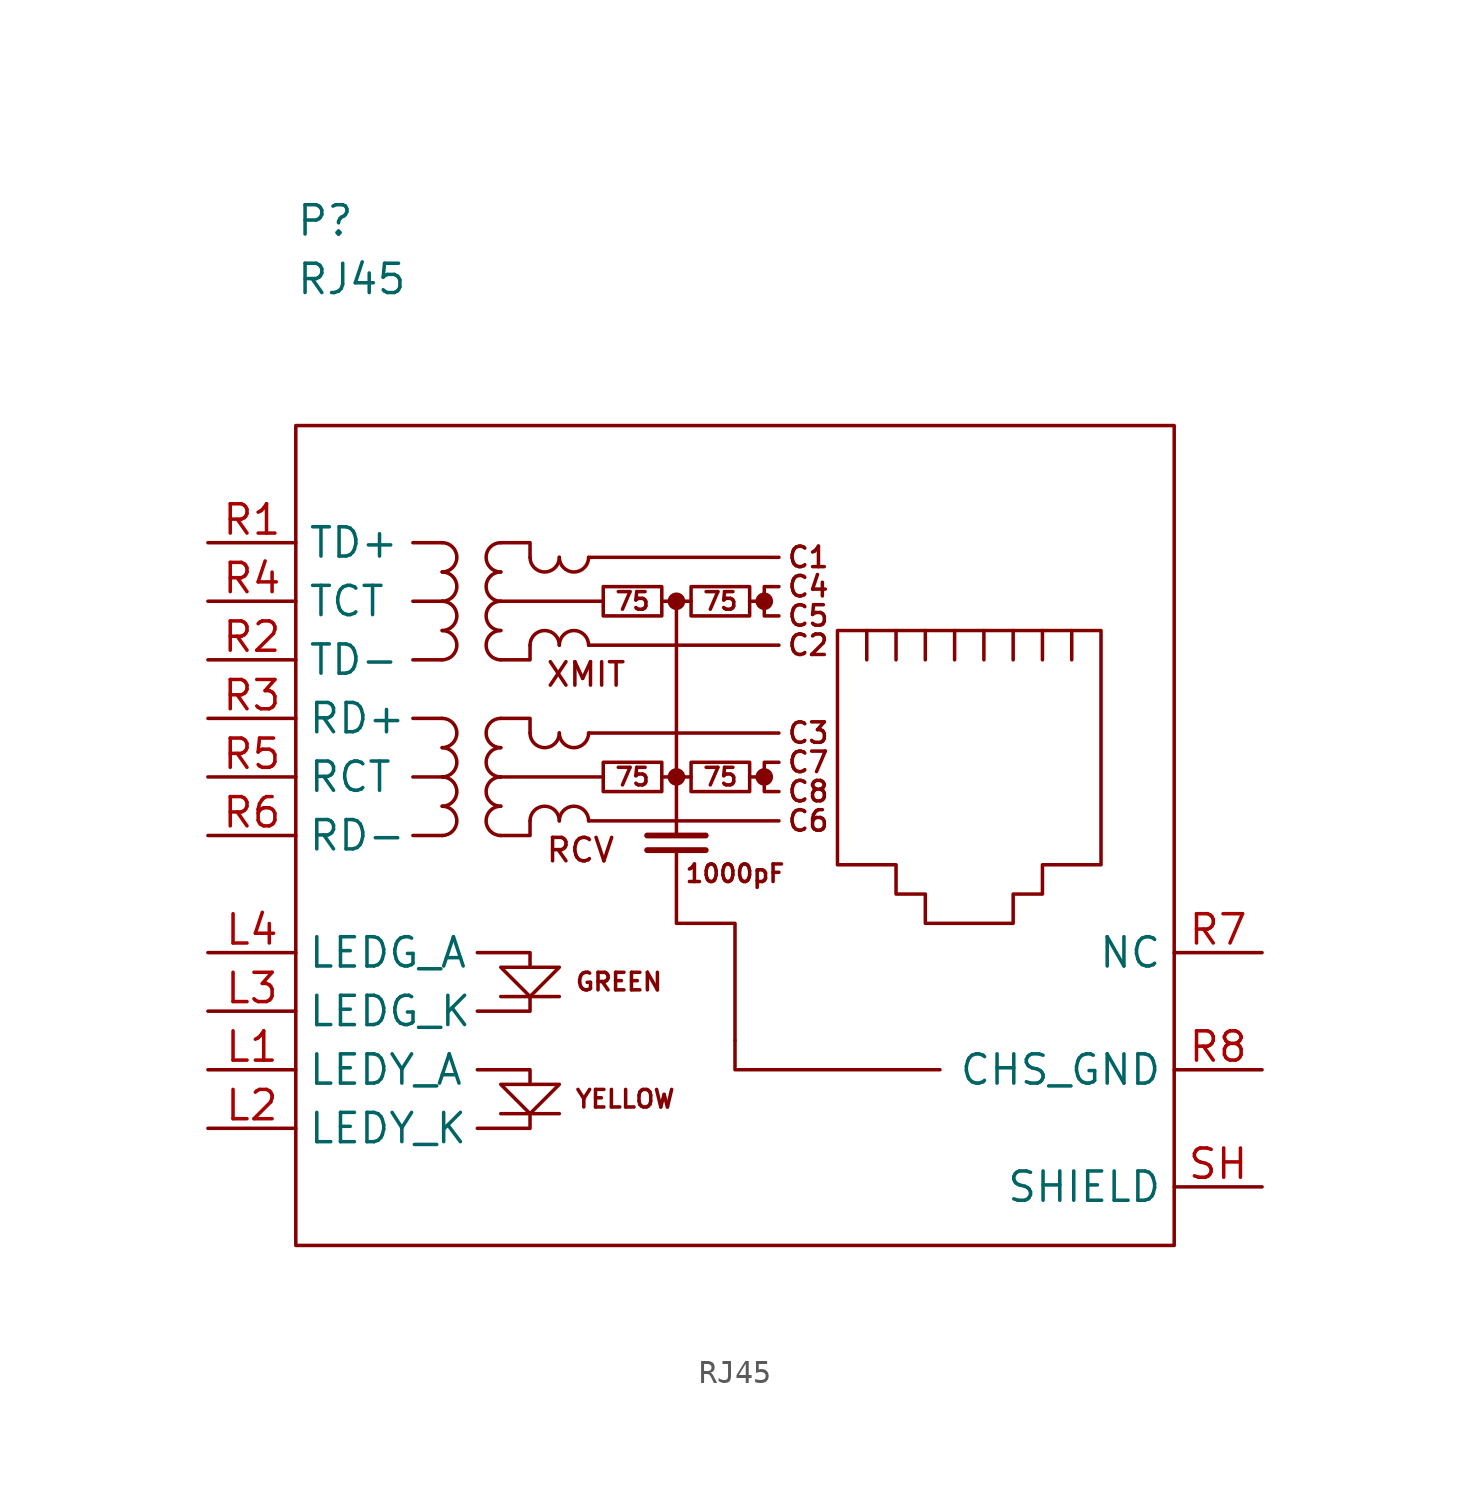
<source format=kicad_sym>
(kicad_symbol_lib
  (version 20211014)
  (generator kicad_symbol_editor)
  (symbol "RJ45"
    (property "Reference" "P"
      (at -19.05 26.67 0)
      (effects (font (size 1.27 1.27)) (justify left)))
    (property "Value" "RJ45"
      (at -19.05 24.13 0)
      (effects (font (size 1.27 1.27)) (justify left)))
    (symbol "RJ45_0_0"
      (circle (center -2.54 2.54) (radius 0.254) (stroke (width 0.254) (type default) (color 0 0 0 0)) (fill (type outline)))
      (circle (center -2.54 10.16) (radius 0.254) (stroke (width 0.254) (type default) (color 0 0 0 0)) (fill (type outline)))
      (polyline (pts (xy -7.62 -12.065) (xy -10.16 -12.065)) (stroke (width 0) (type default) (color 0 0 0 0)) (fill (type none)))
      (polyline (pts (xy -7.62 -6.985) (xy -10.16 -6.985)) (stroke (width 0) (type default) (color 0 0 0 0)) (fill (type none)))
      (polyline (pts (xy -2.54 10.16) (xy -2.54 0)) (stroke (width 0) (type default) (color 0 0 0 0)) (fill (type none)))
      (polyline (pts (xy -1.27 -0.635) (xy -3.81 -0.635)) (stroke (width 0.254) (type default) (color 0 0 0 0)) (fill (type none)))
      (polyline (pts (xy -1.27 0) (xy -3.81 0)) (stroke (width 0.254) (type default) (color 0 0 0 0)) (fill (type none)))
      (polyline (pts (xy 1.27 2.54) (xy 0.635 2.54)) (stroke (width 0) (type default) (color 0 0 0 0)) (fill (type none)))
      (polyline (pts (xy 1.27 10.16) (xy 0.635 10.16)) (stroke (width 0) (type default) (color 0 0 0 0)) (fill (type none)))
      (polyline (pts (xy -11.176 -12.7) (xy -8.89 -12.7) (xy -8.89 -12.065)) (stroke (width 0) (type default) (color 0 0 0 0)) (fill (type none)))
      (polyline (pts (xy -11.176 -10.16) (xy -8.89 -10.16) (xy -8.89 -10.795)) (stroke (width 0) (type default) (color 0 0 0 0)) (fill (type none)))
      (polyline (pts (xy -11.176 -5.08) (xy -8.89 -5.08) (xy -8.89 -5.715)) (stroke (width 0) (type default) (color 0 0 0 0)) (fill (type none)))
      (polyline (pts (xy -8.89 -6.985) (xy -8.89 -7.62) (xy -11.176 -7.62)) (stroke (width 0) (type default) (color 0 0 0 0)) (fill (type none)))
      (polyline (pts (xy -10.16 -5.715) (xy -7.62 -5.715) (xy -8.89 -6.985) (xy -10.16 -5.715)) (stroke (width 0) (type default) (color 0 0 0 0)) (fill (type none)))
      (polyline (pts (xy -7.62 -10.795) (xy -10.16 -10.795) (xy -8.89 -12.065) (xy -7.62 -10.795)) (stroke (width 0) (type default) (color 0 0 0 0)) (fill (type none)))
      (polyline (pts (xy -2.54 -0.635) (xy -2.54 -3.81) (xy 0 -3.81) (xy 0 -8.89)) (stroke (width 0) (type default) (color 0 0 0 0)) (fill (type none)))
      (polyline (pts (xy 1.905 3.175) (xy 1.27 3.175) (xy 1.27 1.905) (xy 1.905 1.905)) (stroke (width 0) (type default) (color 0 0 0 0)) (fill (type none)))
      (polyline (pts (xy 1.905 10.795) (xy 1.27 10.795) (xy 1.27 9.525) (xy 1.905 9.525)) (stroke (width 0) (type default) (color 0 0 0 0)) (fill (type none)))
      (circle (center 1.27 2.54) (radius 0.254) (stroke (width 0.254) (type default) (color 0 0 0 0)) (fill (type outline)))
      (circle (center 1.27 10.16) (radius 0.254) (stroke (width 0.254) (type default) (color 0 0 0 0)) (fill (type outline)))
      (text "1000pF" (at 0 -1.651 0) (effects (font (size 0.762 0.762))))
      (text "75" (at -4.445 2.54 0) (effects (font (size 0.762 0.762))))
      (text "75" (at -4.445 10.16 0) (effects (font (size 0.762 0.762))))
      (text "75" (at -0.635 2.54 0) (effects (font (size 0.762 0.762))))
      (text "75" (at -0.635 10.16 0) (effects (font (size 0.762 0.762))))
      (text "C1" (at 3.175 12.065 0) (effects (font (size 0.889 0.889))))
      (text "C2" (at 3.175 8.255 0) (effects (font (size 0.889 0.889))))
      (text "C3" (at 3.175 4.445 0) (effects (font (size 0.889 0.889))))
      (text "C4" (at 3.175 10.795 0) (effects (font (size 0.889 0.889))))
      (text "C5" (at 3.175 9.525 0) (effects (font (size 0.889 0.889))))
      (text "C6" (at 3.175 0.635 0) (effects (font (size 0.889 0.889))))
      (text "C7" (at 3.175 3.175 0) (effects (font (size 0.889 0.889))))
      (text "C8" (at 3.175 1.905 0) (effects (font (size 0.889 0.889))))
      (text "GREEN" (at -6.985 -6.35 0) (effects (font (size 0.762 0.762)) (justify left)))
      (text "RCV" (at -8.255 -0.635 0) (effects (font (size 1.016 1.016)) (justify left)))
      (text "XMIT" (at -8.255 6.985 0) (effects (font (size 1.016 1.016)) (justify left)))
      (text "YELLOW" (at -6.985 -11.43 0) (effects (font (size 0.762 0.762)) (justify left))))
    (symbol "RJ45_0_1"
      (rectangle (start -19.05 17.78) (end 19.05 -17.78) (stroke (width 0.152) (type default) (color 0 0 0 0)) (fill (type none)))
      (arc (start -12.7 0) (mid -12.065 0.635) (end -12.7 1.27) (stroke (width 0) (type default) (color 0 0 0 0)) (fill (type none)))
      (arc (start -12.7 1.27) (mid -12.065 1.905) (end -12.7 2.54) (stroke (width 0) (type default) (color 0 0 0 0)) (fill (type none)))
      (arc (start -12.7 2.54) (mid -12.065 3.175) (end -12.7 3.81) (stroke (width 0) (type default) (color 0 0 0 0)) (fill (type none)))
      (arc (start -12.7 3.81) (mid -12.065 4.445) (end -12.7 5.08) (stroke (width 0) (type default) (color 0 0 0 0)) (fill (type none)))
      (arc (start -12.7 7.62) (mid -12.065 8.255) (end -12.7 8.89) (stroke (width 0) (type default) (color 0 0 0 0)) (fill (type none)))
      (arc (start -12.7 8.89) (mid -12.065 9.525) (end -12.7 10.16) (stroke (width 0) (type default) (color 0 0 0 0)) (fill (type none)))
      (arc (start -12.7 10.16) (mid -12.065 10.795) (end -12.7 11.43) (stroke (width 0) (type default) (color 0 0 0 0)) (fill (type none)))
      (arc (start -12.7 11.43) (mid -12.065 12.065) (end -12.7 12.7) (stroke (width 0) (type default) (color 0 0 0 0)) (fill (type none)))
      (arc (start -10.16 1.27) (mid -10.795 0.635) (end -10.16 0) (stroke (width 0) (type default) (color 0 0 0 0)) (fill (type none)))
      (arc (start -10.16 2.54) (mid -10.795 1.905) (end -10.16 1.27) (stroke (width 0) (type default) (color 0 0 0 0)) (fill (type none)))
      (arc (start -10.16 3.81) (mid -10.795 3.175) (end -10.16 2.54) (stroke (width 0) (type default) (color 0 0 0 0)) (fill (type none)))
      (arc (start -10.16 5.08) (mid -10.795 4.445) (end -10.16 3.81) (stroke (width 0) (type default) (color 0 0 0 0)) (fill (type none)))
      (arc (start -10.16 8.89) (mid -10.795 8.255) (end -10.16 7.62) (stroke (width 0) (type default) (color 0 0 0 0)) (fill (type none)))
      (arc (start -10.16 10.16) (mid -10.795 9.525) (end -10.16 8.89) (stroke (width 0) (type default) (color 0 0 0 0)) (fill (type none)))
      (arc (start -10.16 11.43) (mid -10.795 10.795) (end -10.16 10.16) (stroke (width 0) (type default) (color 0 0 0 0)) (fill (type none)))
      (arc (start -10.16 12.7) (mid -10.795 12.065) (end -10.16 11.43) (stroke (width 0) (type default) (color 0 0 0 0)) (fill (type none)))
      (arc (start -8.89 4.445) (mid -8.255 3.81) (end -7.62 4.445) (stroke (width 0) (type default) (color 0 0 0 0)) (fill (type none)))
      (arc (start -8.89 12.065) (mid -8.255 11.43) (end -7.62 12.065) (stroke (width 0) (type default) (color 0 0 0 0)) (fill (type none)))
      (arc (start -7.62 0.635) (mid -8.255 1.27) (end -8.89 0.635) (stroke (width 0) (type default) (color 0 0 0 0)) (fill (type none)))
      (arc (start -7.62 4.445) (mid -6.985 3.81) (end -6.35 4.445) (stroke (width 0) (type default) (color 0 0 0 0)) (fill (type none)))
      (arc (start -7.62 8.255) (mid -8.255 8.89) (end -8.89 8.255) (stroke (width 0) (type default) (color 0 0 0 0)) (fill (type none)))
      (arc (start -7.62 12.065) (mid -6.985 11.43) (end -6.35 12.065) (stroke (width 0) (type default) (color 0 0 0 0)) (fill (type none)))
      (arc (start -6.35 0.635) (mid -6.985 1.27) (end -7.62 0.635) (stroke (width 0) (type default) (color 0 0 0 0)) (fill (type none)))
      (arc (start -6.35 8.255) (mid -6.985 8.89) (end -7.62 8.255) (stroke (width 0) (type default) (color 0 0 0 0)) (fill (type none)))
      (rectangle (start -5.715 3.175) (end -3.175 1.905) (stroke (width 0) (type default) (color 0 0 0 0)) (fill (type none)))
      (rectangle (start -5.715 10.795) (end -3.175 9.525) (stroke (width 0) (type default) (color 0 0 0 0)) (fill (type none)))
      (rectangle (start -1.905 3.175) (end 0.635 1.905) (stroke (width 0) (type default) (color 0 0 0 0)) (fill (type none)))
      (rectangle (start -1.905 10.795) (end 0.635 9.525) (stroke (width 0) (type default) (color 0 0 0 0)) (fill (type none)))
      (polyline (pts (xy -12.7 0) (xy -13.97 0)) (stroke (width 0) (type default) (color 0 0 0 0)) (fill (type none)))
      (polyline (pts (xy -12.7 2.54) (xy -13.97 2.54)) (stroke (width 0) (type default) (color 0 0 0 0)) (fill (type none)))
      (polyline (pts (xy -12.7 5.08) (xy -13.97 5.08)) (stroke (width 0) (type default) (color 0 0 0 0)) (fill (type none)))
      (polyline (pts (xy -12.7 7.62) (xy -13.97 7.62)) (stroke (width 0) (type default) (color 0 0 0 0)) (fill (type none)))
      (polyline (pts (xy -12.7 10.16) (xy -13.97 10.16)) (stroke (width 0) (type default) (color 0 0 0 0)) (fill (type none)))
      (polyline (pts (xy -12.7 12.7) (xy -13.97 12.7)) (stroke (width 0) (type default) (color 0 0 0 0)) (fill (type none)))
      (polyline (pts (xy -6.35 0.635) (xy 1.905 0.635)) (stroke (width 0) (type default) (color 0 0 0 0)) (fill (type none)))
      (polyline (pts (xy -6.35 4.445) (xy 1.905 4.445)) (stroke (width 0) (type default) (color 0 0 0 0)) (fill (type none)))
      (polyline (pts (xy -6.35 8.255) (xy 1.905 8.255)) (stroke (width 0) (type default) (color 0 0 0 0)) (fill (type none)))
      (polyline (pts (xy -6.35 12.065) (xy 1.905 12.065)) (stroke (width 0) (type default) (color 0 0 0 0)) (fill (type none)))
      (polyline (pts (xy -5.715 2.54) (xy -10.16 2.54)) (stroke (width 0) (type default) (color 0 0 0 0)) (fill (type none)))
      (polyline (pts (xy -5.715 10.16) (xy -10.16 10.16)) (stroke (width 0) (type default) (color 0 0 0 0)) (fill (type none)))
      (polyline (pts (xy -3.175 2.54) (xy -1.905 2.54)) (stroke (width 0) (type default) (color 0 0 0 0)) (fill (type none)))
      (polyline (pts (xy -3.175 10.16) (xy -1.905 10.16)) (stroke (width 0) (type default) (color 0 0 0 0)) (fill (type none)))
      (polyline (pts (xy 5.715 7.62) (xy 5.715 8.89)) (stroke (width 0) (type default) (color 0 0 0 0)) (fill (type none)))
      (polyline (pts (xy 6.985 8.89) (xy 6.985 7.62)) (stroke (width 0) (type default) (color 0 0 0 0)) (fill (type none)))
      (polyline (pts (xy 8.255 8.89) (xy 8.255 7.62)) (stroke (width 0) (type default) (color 0 0 0 0)) (fill (type none)))
      (polyline (pts (xy 9.525 8.89) (xy 9.525 7.62)) (stroke (width 0) (type default) (color 0 0 0 0)) (fill (type none)))
      (polyline (pts (xy 10.795 8.89) (xy 10.795 7.62)) (stroke (width 0) (type default) (color 0 0 0 0)) (fill (type none)))
      (polyline (pts (xy 12.065 8.89) (xy 12.065 7.62)) (stroke (width 0) (type default) (color 0 0 0 0)) (fill (type none)))
      (polyline (pts (xy 13.335 7.62) (xy 13.335 8.89)) (stroke (width 0) (type default) (color 0 0 0 0)) (fill (type none)))
      (polyline (pts (xy 14.605 7.62) (xy 14.605 8.89)) (stroke (width 0) (type default) (color 0 0 0 0)) (fill (type none)))
      (polyline (pts (xy -10.16 5.08) (xy -8.89 5.08) (xy -8.89 4.445)) (stroke (width 0) (type default) (color 0 0 0 0)) (fill (type none)))
      (polyline (pts (xy -10.16 12.7) (xy -8.89 12.7) (xy -8.89 12.065)) (stroke (width 0) (type default) (color 0 0 0 0)) (fill (type none)))
      (polyline (pts (xy -8.89 0.635) (xy -8.89 0) (xy -10.16 0)) (stroke (width 0) (type default) (color 0 0 0 0)) (fill (type none)))
      (polyline (pts (xy -8.89 8.255) (xy -8.89 7.62) (xy -10.16 7.62)) (stroke (width 0) (type default) (color 0 0 0 0)) (fill (type none)))
      (polyline (pts (xy 8.89 -10.16) (xy 0 -10.16) (xy 0 -8.89)) (stroke (width 0.152) (type default) (color 0 0 0 0)) (fill (type none)))
      (polyline (pts (xy 4.445 8.89) (xy 15.875 8.89) (xy 15.875 -1.27) (xy 13.335 -1.27) (xy 13.335 -2.54) (xy 12.065 -2.54) (xy 12.065 -3.81) (xy 8.255 -3.81) (xy 8.255 -2.54) (xy 6.985 -2.54) (xy 6.985 -1.27) (xy 4.445 -1.27) (xy 4.445 8.89)) (stroke (width 0) (type default) (color 0 0 0 0)) (fill (type none))))
    (symbol "RJ45_1_1"
      (pin passive line (at -22.86 -10.16 0) (length 3.81) (name "LEDY_A" (effects (font (size 1.27 1.27)))) (number "L1" (effects (font (size 1.27 1.27)))))
      (pin passive line (at -22.86 -12.7 0) (length 3.81) (name "LEDY_K" (effects (font (size 1.27 1.27)))) (number "L2" (effects (font (size 1.27 1.27)))))
      (pin passive line (at -22.86 -7.62 0) (length 3.81) (name "LEDG_K" (effects (font (size 1.27 1.27)))) (number "L3" (effects (font (size 1.27 1.27)))))
      (pin passive line (at -22.86 -5.08 0) (length 3.81) (name "LEDG_A" (effects (font (size 1.27 1.27)))) (number "L4" (effects (font (size 1.27 1.27)))))
      (pin passive line (at -22.86 12.7 0) (length 3.81) (name "TD+" (effects (font (size 1.27 1.27)))) (number "R1" (effects (font (size 1.27 1.27)))))
      (pin passive line (at -22.86 7.62 0) (length 3.81) (name "TD-" (effects (font (size 1.27 1.27)))) (number "R2" (effects (font (size 1.27 1.27)))))
      (pin passive line (at -22.86 5.08 0) (length 3.81) (name "RD+" (effects (font (size 1.27 1.27)))) (number "R3" (effects (font (size 1.27 1.27)))))
      (pin passive line (at -22.86 10.16 0) (length 3.81) (name "TCT" (effects (font (size 1.27 1.27)))) (number "R4" (effects (font (size 1.27 1.27)))))
      (pin passive line (at -22.86 2.54 0) (length 3.81) (name "RCT" (effects (font (size 1.27 1.27)))) (number "R5" (effects (font (size 1.27 1.27)))))
      (pin passive line (at -22.86 0 0) (length 3.81) (name "RD-" (effects (font (size 1.27 1.27)))) (number "R6" (effects (font (size 1.27 1.27)))))
      (pin passive line (at 22.86 -5.08 180) (length 3.81) (name "NC" (effects (font (size 1.27 1.27)))) (number "R7" (effects (font (size 1.27 1.27)))))
      (pin passive line (at 22.86 -10.16 180) (length 3.81) (name "CHS_GND" (effects (font (size 1.27 1.27)))) (number "R8" (effects (font (size 1.27 1.27)))))
      (pin passive line (at 22.86 -15.24 180) (length 3.81) (name "SHIELD" (effects (font (size 1.27 1.27)))) (number "SH" (effects (font (size 1.27 1.27))))))))
</source>
